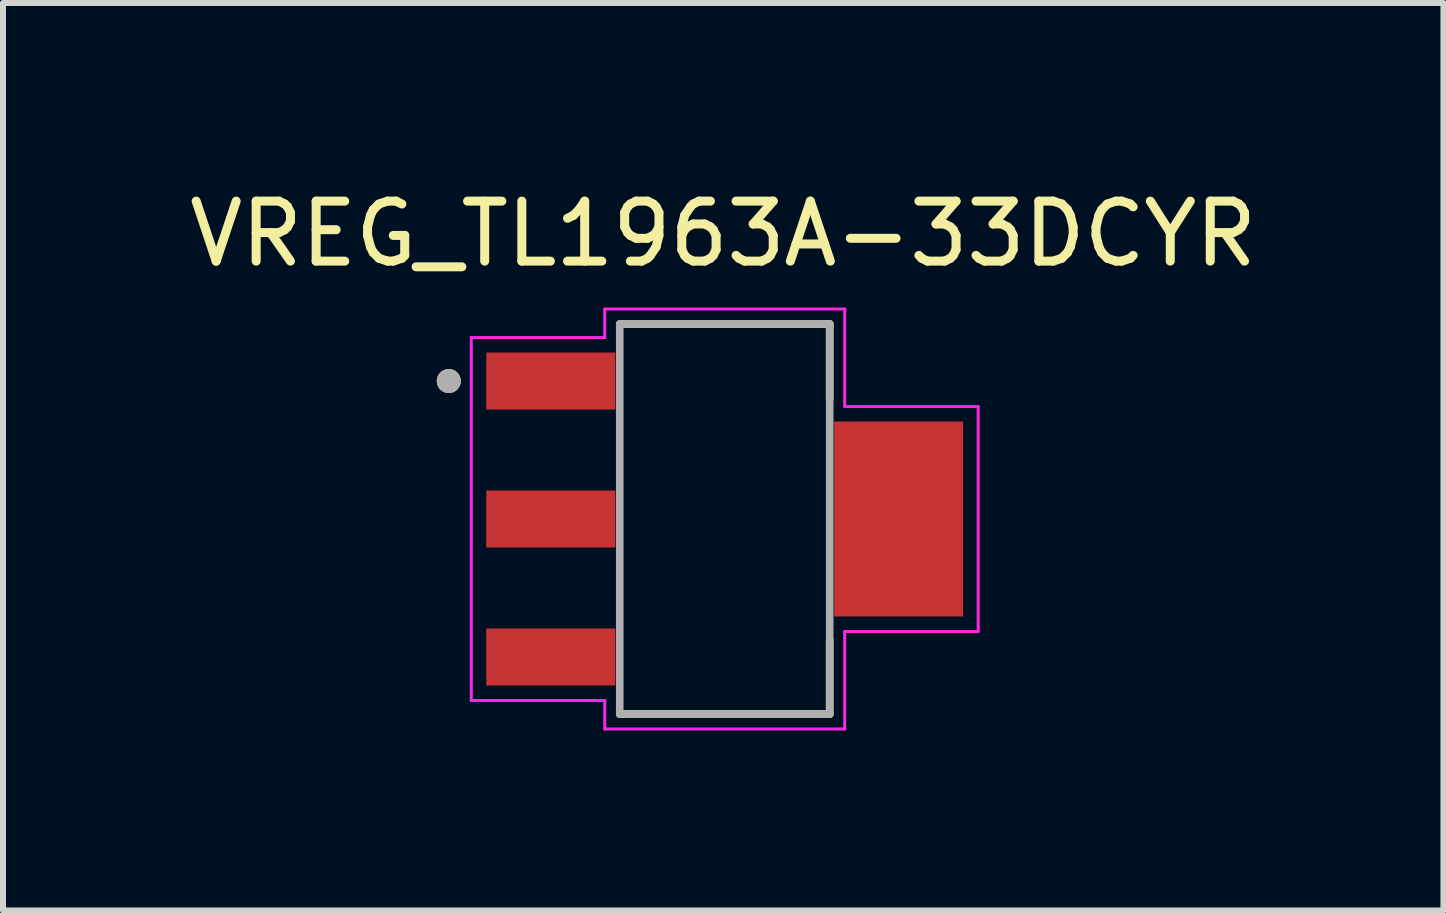
<source format=kicad_pcb>
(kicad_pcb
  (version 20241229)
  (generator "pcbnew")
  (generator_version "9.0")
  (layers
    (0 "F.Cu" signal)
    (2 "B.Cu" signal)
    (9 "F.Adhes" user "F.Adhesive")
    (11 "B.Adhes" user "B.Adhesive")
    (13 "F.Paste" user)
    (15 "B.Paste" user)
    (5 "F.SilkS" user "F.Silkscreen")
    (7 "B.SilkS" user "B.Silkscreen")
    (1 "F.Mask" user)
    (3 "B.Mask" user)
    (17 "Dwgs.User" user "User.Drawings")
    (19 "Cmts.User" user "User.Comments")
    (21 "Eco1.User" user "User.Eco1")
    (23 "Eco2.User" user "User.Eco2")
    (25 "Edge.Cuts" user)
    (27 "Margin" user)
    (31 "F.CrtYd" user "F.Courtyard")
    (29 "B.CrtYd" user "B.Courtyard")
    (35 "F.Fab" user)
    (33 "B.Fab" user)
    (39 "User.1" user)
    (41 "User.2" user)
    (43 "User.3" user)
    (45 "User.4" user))
  (footprint "VREG_TL1963A-33DCYR"
    (layer "F.Cu")
    (at 9.031 5.602)
    (property "Reference" "VREG_TL1963A-33DCYR" (at -0.025 -4.754 0) (layer "F.SilkS") (effects (font (size 1 1) (thickness 0.15))))
    (attr smd)
    (fp_line (start -1.75 -3.25) (end 1.75 -3.25) (stroke (width 0.127) (type solid)) (layer "F.SilkS"))
    (fp_line (start -1.75 3.25) (end 1.75 3.25) (stroke (width 0.127) (type solid)) (layer "F.SilkS"))
    (fp_line (start 1.75 -3.25) (end 1.75 -2.01) (stroke (width 0.127) (type solid)) (layer "F.SilkS"))
    (fp_line (start 1.75 3.25) (end 1.75 2.01) (stroke (width 0.127) (type solid)) (layer "F.SilkS"))
    (fp_circle (center -4.6 -2.3) (end -4.5 -2.3) (stroke (width 0.2) (type solid)) (fill no) (layer "F.SilkS"))
    (fp_line (start -4.225 -3.025) (end -4.225 3.025) (stroke (width 0.05) (type solid)) (layer "F.CrtYd"))
    (fp_line (start -4.225 3.025) (end -2 3.025) (stroke (width 0.05) (type solid)) (layer "F.CrtYd"))
    (fp_line (start -2 -3.5) (end -2 -3.025) (stroke (width 0.05) (type solid)) (layer "F.CrtYd"))
    (fp_line (start -2 -3.025) (end -4.225 -3.025) (stroke (width 0.05) (type solid)) (layer "F.CrtYd"))
    (fp_line (start -2 3.025) (end -2 3.5) (stroke (width 0.05) (type solid)) (layer "F.CrtYd"))
    (fp_line (start -2 3.5) (end 2 3.5) (stroke (width 0.05) (type solid)) (layer "F.CrtYd"))
    (fp_line (start 2 -3.5) (end -2 -3.5) (stroke (width 0.05) (type solid)) (layer "F.CrtYd"))
    (fp_line (start 2 -1.875) (end 2 -3.5) (stroke (width 0.05) (type solid)) (layer "F.CrtYd"))
    (fp_line (start 2 1.875) (end 4.225 1.875) (stroke (width 0.05) (type solid)) (layer "F.CrtYd"))
    (fp_line (start 2 3.5) (end 2 1.875) (stroke (width 0.05) (type solid)) (layer "F.CrtYd"))
    (fp_line (start 4.225 -1.875) (end 2 -1.875) (stroke (width 0.05) (type solid)) (layer "F.CrtYd"))
    (fp_line (start 4.225 1.875) (end 4.225 -1.875) (stroke (width 0.05) (type solid)) (layer "F.CrtYd"))
    (fp_line (start -1.75 -3.25) (end -1.75 3.25) (stroke (width 0.127) (type solid)) (layer "F.Fab"))
    (fp_line (start 1.75 -3.25) (end -1.75 -3.25) (stroke (width 0.127) (type solid)) (layer "F.Fab"))
    (fp_line (start 1.75 -3.25) (end 1.75 3.25) (stroke (width 0.127) (type solid)) (layer "F.Fab"))
    (fp_line (start 1.75 3.25) (end -1.75 3.25) (stroke (width 0.127) (type solid)) (layer "F.Fab"))
    (fp_circle (center -4.6 -2.3) (end -4.5 -2.3) (stroke (width 0.2) (type solid)) (fill no) (layer "F.Fab"))
    (pad "1" smd rect (at -2.9 -2.3) (size 2.15 0.95) (layers "F.Cu" "F.Mask" "F.Paste"))
    (pad "2" smd rect (at -2.9 0) (size 2.15 0.95) (layers "F.Cu" "F.Mask" "F.Paste"))
    (pad "3" smd rect (at -2.9 2.3) (size 2.15 0.95) (layers "F.Cu" "F.Mask" "F.Paste"))
    (pad "4" smd rect (at 2.9 0) (size 2.15 3.25) (layers "F.Cu" "F.Mask" "F.Paste")))
  (gr_rect
    (start -3 -3)
    (end 21.012 12.127)
    (stroke (width 0.1) (type default))
    (fill no)
    (layer "Edge.Cuts")))
</source>
